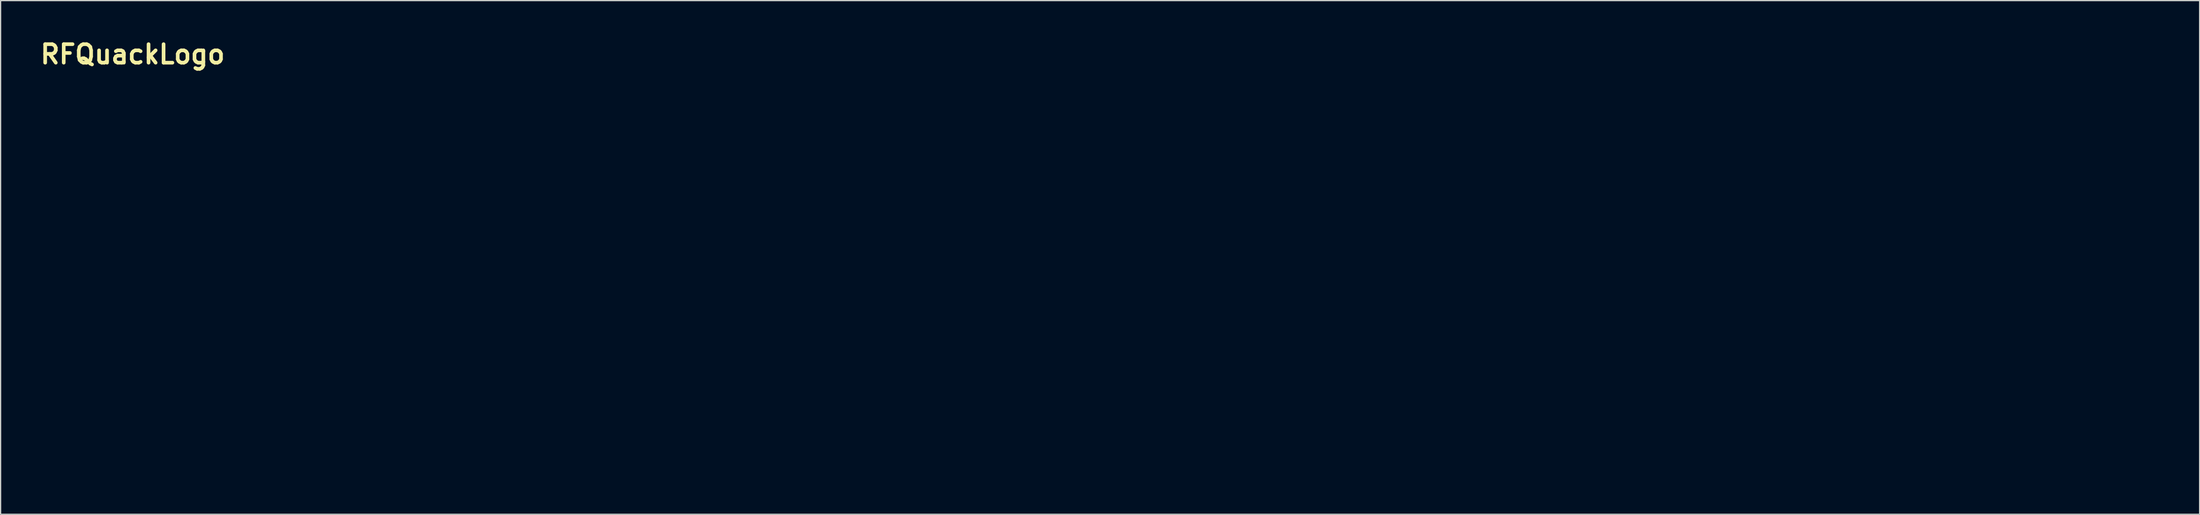
<source format=kicad_pcb>
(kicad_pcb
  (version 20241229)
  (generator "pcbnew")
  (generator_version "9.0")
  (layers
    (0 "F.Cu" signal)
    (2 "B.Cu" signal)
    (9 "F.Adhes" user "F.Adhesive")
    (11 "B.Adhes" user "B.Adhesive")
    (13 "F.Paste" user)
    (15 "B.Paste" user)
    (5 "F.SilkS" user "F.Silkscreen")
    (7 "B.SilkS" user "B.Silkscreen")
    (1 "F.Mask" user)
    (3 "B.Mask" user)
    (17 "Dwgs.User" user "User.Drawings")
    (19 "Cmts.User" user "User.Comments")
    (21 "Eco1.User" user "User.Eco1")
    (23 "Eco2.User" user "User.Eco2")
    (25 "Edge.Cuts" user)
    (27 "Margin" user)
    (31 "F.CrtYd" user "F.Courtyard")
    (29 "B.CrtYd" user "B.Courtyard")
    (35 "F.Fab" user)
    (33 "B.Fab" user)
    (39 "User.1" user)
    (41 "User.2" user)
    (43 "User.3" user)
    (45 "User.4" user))
  (footprint "RFQuackLogo"
    (layer "F.Cu")
    (at 90.345 20.418)
    (property "Reference" "RFQuackLogo" (at -82.5 -19 0) (layer "F.SilkS") (effects (font (size 1.524 1.524) (thickness 0.3))))
    (attr through_hole)
    (fp_poly (pts (xy -36.745 -9.61) (xy -36.788 -9.567) (xy -36.83 -9.61) (xy -36.788 -9.652) (xy -36.745 -9.61)) (stroke (width 0.01) (type solid)) (fill no) (layer "Eco2.User"))
    (fp_poly (pts (xy -30.057 -14.69) (xy -30.099 -14.647) (xy -30.141 -14.69) (xy -30.099 -14.732) (xy -30.057 -14.69)) (stroke (width 0.01) (type solid)) (fill no) (layer "Eco2.User"))
    (fp_poly (pts (xy -11.612 -9.702) (xy -11.522 -9.624) (xy -11.515 -9.605) (xy -11.555 -9.57) (xy -11.639 -9.648) (xy -11.65 -9.665) (xy -11.66 -9.723) (xy -11.612 -9.702)) (stroke (width 0.01) (type solid)) (fill no) (layer "Eco2.User"))
    (fp_poly (pts (xy -36.518 -9.936) (xy -36.534 -9.906) (xy -36.613 -9.825) (xy -36.628 -9.821) (xy -36.634 -9.876) (xy -36.618 -9.906) (xy -36.539 -9.987) (xy -36.524 -9.991) (xy -36.518 -9.936)) (stroke (width 0.01) (type solid)) (fill no) (layer "Eco2.User"))
    (fp_poly (pts (xy -41.233 -10.583) (xy -53.171 -10.583) (xy -53.171 -1.947) (xy -43.095 -1.947) (xy -43.095 2.709) (xy -53.171 2.709) (xy -53.171 14.986) (xy -58.589 14.986) (xy -58.589 -15.24) (xy -41.233 -15.24) (xy -41.233 -10.583)) (stroke (width 0.01) (type solid)) (fill no) (layer "Eco2.User"))
    (fp_poly (pts (xy -17.576 -5.55) (xy -17.4 -5.483) (xy -17.208 -5.386) (xy -17.061 -5.289) (xy -17.018 -5.234) (xy -17.022 -5.185) (xy -17.058 -5.18) (xy -17.167 -5.229) (xy -17.386 -5.344) (xy -17.574 -5.455) (xy -17.669 -5.537) (xy -17.671 -5.555) (xy -17.576 -5.55)) (stroke (width 0.01) (type solid)) (fill no) (layer "Eco2.User"))
    (fp_poly (pts (xy -22.85 -6.597) (xy -22.806 -6.558) (xy -22.88 -6.46) (xy -22.889 -6.449) (xy -23.021 -6.195) (xy -23.009 -5.922) (xy -22.865 -5.676) (xy -22.618 -5.508) (xy -22.407 -5.45) (xy -22.213 -5.491) (xy -22.107 -5.541) (xy -21.844 -5.677) (xy -21.844 -5.442) (xy -21.922 -5.069) (xy -22.13 -4.755) (xy -22.432 -4.519) (xy -22.796 -4.384) (xy -23.183 -4.372) (xy -23.453 -4.449) (xy -23.802 -4.684) (xy -24.022 -5.026) (xy -24.036 -5.09) (xy -23.596 -5.09) (xy -23.488 -4.937) (xy -23.346 -4.848) (xy -23.283 -4.826) (xy -23.181 -4.87) (xy -23.079 -4.937) (xy -22.966 -5.105) (xy -22.993 -5.3) (xy -23.135 -5.451) (xy -23.324 -5.496) (xy -23.485 -5.418) (xy -23.587 -5.267) (xy -23.596 -5.09) (xy -24.036 -5.09) (xy -24.109 -5.41) (xy -24.072 -5.829) (xy -23.896 -6.183) (xy -23.607 -6.445) (xy -23.229 -6.586) (xy -23.037 -6.603) (xy -22.85 -6.597)) (stroke (width 0.01) (type solid)) (fill no) (layer "Eco2.User"))
    (fp_poly (pts (xy -23.381 -15.694) (xy -22.753 -15.676) (xy -22.198 -15.648) (xy -21.749 -15.61) (xy -21.463 -15.568) (xy -21.154 -15.499) (xy -20.972 -15.423) (xy -20.904 -15.308) (xy -20.936 -15.119) (xy -21.056 -14.823) (xy -21.125 -14.671) (xy -21.424 -14.172) (xy -21.839 -13.704) (xy -22.331 -13.303) (xy -22.857 -12.999) (xy -23.368 -12.83) (xy -23.613 -12.778) (xy -23.804 -12.733) (xy -23.812 -12.73) (xy -23.893 -12.727) (xy -23.938 -12.798) (xy -23.956 -12.976) (xy -23.958 -13.223) (xy -23.933 -13.6) (xy -23.866 -13.861) (xy -23.831 -13.923) (xy -23.732 -14.108) (xy -23.707 -14.227) (xy -23.78 -14.414) (xy -23.956 -14.572) (xy -24.172 -14.647) (xy -24.194 -14.647) (xy -24.417 -14.579) (xy -24.572 -14.41) (xy -24.637 -14.192) (xy -24.59 -13.98) (xy -24.511 -13.885) (xy -24.43 -13.74) (xy -24.39 -13.463) (xy -24.384 -13.24) (xy -24.393 -12.964) (xy -24.417 -12.773) (xy -24.448 -12.709) (xy -24.564 -12.73) (xy -24.779 -12.772) (xy -24.871 -12.79) (xy -25.456 -12.98) (xy -26.026 -13.301) (xy -26.541 -13.722) (xy -26.96 -14.209) (xy -27.206 -14.638) (xy -27.367 -15.006) (xy -27.455 -15.248) (xy -27.455 -15.395) (xy -27.356 -15.48) (xy -27.144 -15.535) (xy -26.82 -15.589) (xy -26.452 -15.633) (xy -25.958 -15.666) (xy -25.37 -15.688) (xy -24.723 -15.7) (xy -24.049 -15.702) (xy -23.381 -15.694)) (stroke (width 0.01) (type solid)) (fill no) (layer "Eco2.User"))
    (fp_poly (pts (xy -22.345 -7.796) (xy -21.778 -7.579) (xy -21.302 -7.234) (xy -20.934 -6.778) (xy -20.69 -6.224) (xy -20.594 -5.698) (xy -20.603 -5.096) (xy -20.744 -4.569) (xy -21.03 -4.069) (xy -21.071 -4.015) (xy -21.487 -3.596) (xy -21.996 -3.292) (xy -22.562 -3.115) (xy -23.149 -3.076) (xy -23.72 -3.184) (xy -23.751 -3.195) (xy -24.288 -3.443) (xy -24.703 -3.77) (xy -24.963 -4.091) (xy -25.216 -4.53) (xy -25.353 -4.965) (xy -25.393 -5.411) (xy -25.301 -5.411) (xy -25.221 -4.866) (xy -25.008 -4.352) (xy -24.664 -3.894) (xy -24.188 -3.519) (xy -24.159 -3.501) (xy -23.879 -3.355) (xy -23.608 -3.241) (xy -23.509 -3.209) (xy -23.076 -3.164) (xy -22.586 -3.216) (xy -22.111 -3.354) (xy -21.905 -3.45) (xy -21.418 -3.801) (xy -21.051 -4.24) (xy -20.807 -4.742) (xy -20.689 -5.28) (xy -20.697 -5.827) (xy -20.836 -6.357) (xy -21.106 -6.843) (xy -21.51 -7.26) (xy -21.585 -7.317) (xy -22.025 -7.587) (xy -22.457 -7.736) (xy -22.945 -7.779) (xy -23.22 -7.768) (xy -23.569 -7.731) (xy -23.828 -7.661) (xy -24.076 -7.531) (xy -24.279 -7.394) (xy -24.738 -6.978) (xy -25.06 -6.492) (xy -25.248 -5.961) (xy -25.301 -5.411) (xy -25.393 -5.411) (xy -25.399 -5.47) (xy -25.399 -5.537) (xy -25.32 -6.148) (xy -25.096 -6.693) (xy -24.747 -7.156) (xy -24.29 -7.518) (xy -23.744 -7.761) (xy -23.127 -7.869) (xy -22.987 -7.872) (xy -22.345 -7.796)) (stroke (width 0.01) (type solid)) (fill no) (layer "Eco2.User"))
    (fp_poly (pts (xy 12.579 -6.689) (xy 15.24 -6.689) (xy 15.24 14.986) (xy 10.051 14.986) (xy 10.094 12.996) (xy 10.104 12.436) (xy 10.108 11.937) (xy 10.108 11.523) (xy 10.102 11.216) (xy 10.092 11.04) (xy 10.083 11.007) (xy 10.014 11.074) (xy 9.905 11.244) (xy 9.862 11.323) (xy 9.734 11.535) (xy 9.537 11.83) (xy 9.307 12.154) (xy 9.217 12.275) (xy 8.512 13.08) (xy 7.678 13.796) (xy 6.737 14.407) (xy 5.715 14.899) (xy 4.815 15.207) (xy 4.484 15.294) (xy 4.18 15.357) (xy 3.86 15.401) (xy 3.484 15.43) (xy 3.01 15.45) (xy 2.582 15.46) (xy 1.998 15.469) (xy 1.541 15.466) (xy 1.17 15.447) (xy 0.843 15.411) (xy 0.517 15.355) (xy 0.357 15.322) (xy -0.484 15.107) (xy -1.202 14.847) (xy -1.837 14.526) (xy -2.118 14.35) (xy -2.882 13.742) (xy -3.528 13.014) (xy -4.054 12.167) (xy -4.458 11.207) (xy -4.489 11.112) (xy -4.577 10.841) (xy -4.654 10.596) (xy -4.721 10.366) (xy -4.78 10.138) (xy -4.831 9.902) (xy -4.875 9.645) (xy -4.912 9.356) (xy -4.942 9.022) (xy -4.967 8.633) (xy -4.988 8.177) (xy -5.004 7.642) (xy -5.017 7.015) (xy -5.027 6.287) (xy -5.034 5.444) (xy -5.041 4.475) (xy -5.046 3.369) (xy -5.052 2.113) (xy -5.056 1.122) (xy -5.089 -6.689) (xy 0.339 -6.689) (xy 0.34 0.36) (xy 0.341 1.679) (xy 0.341 2.841) (xy 0.344 3.857) (xy 0.348 4.738) (xy 0.355 5.496) (xy 0.365 6.142) (xy 0.38 6.689) (xy 0.399 7.148) (xy 0.424 7.529) (xy 0.455 7.846) (xy 0.493 8.109) (xy 0.538 8.33) (xy 0.591 8.521) (xy 0.654 8.693) (xy 0.726 8.858) (xy 0.809 9.027) (xy 0.866 9.141) (xy 1.202 9.665) (xy 1.624 10.069) (xy 2.145 10.357) (xy 2.776 10.536) (xy 3.531 10.613) (xy 3.852 10.616) (xy 4.799 10.541) (xy 5.66 10.329) (xy 6.454 9.972) (xy 7.199 9.462) (xy 7.875 8.831) (xy 8.521 8.03) (xy 9.045 7.117) (xy 9.449 6.088) (xy 9.624 5.461) (xy 9.85 4.53) (xy 9.918 -6.689) (xy 12.579 -6.689)) (stroke (width 0.01) (type solid)) (fill no) (layer "Eco2.User"))
    (fp_poly (pts (xy 69.532 -7.133) (xy 69.554 0.974) (xy 70.855 0.997) (xy 71.436 1.002) (xy 71.858 0.992) (xy 72.133 0.966) (xy 72.27 0.925) (xy 72.275 0.921) (xy 72.346 0.833) (xy 72.501 0.619) (xy 72.733 0.292) (xy 73.03 -0.133) (xy 73.383 -0.642) (xy 73.783 -1.222) (xy 74.22 -1.859) (xy 74.685 -2.538) (xy 74.738 -2.616) (xy 75.209 -3.308) (xy 75.658 -3.966) (xy 76.073 -4.575) (xy 76.445 -5.121) (xy 76.763 -5.587) (xy 77.018 -5.96) (xy 77.198 -6.224) (xy 77.293 -6.364) (xy 77.296 -6.368) (xy 77.512 -6.682) (xy 80.454 -6.685) (xy 81.141 -6.685) (xy 81.771 -6.682) (xy 82.325 -6.677) (xy 82.783 -6.67) (xy 83.127 -6.661) (xy 83.338 -6.651) (xy 83.397 -6.642) (xy 83.349 -6.565) (xy 83.214 -6.365) (xy 83.001 -6.056) (xy 82.721 -5.652) (xy 82.383 -5.169) (xy 81.998 -4.62) (xy 81.576 -4.021) (xy 81.35 -3.7) (xy 80.56 -2.583) (xy 79.864 -1.597) (xy 79.253 -0.732) (xy 78.724 0.019) (xy 78.27 0.664) (xy 77.887 1.211) (xy 77.567 1.669) (xy 77.306 2.046) (xy 77.099 2.349) (xy 76.938 2.587) (xy 76.82 2.768) (xy 76.738 2.9) (xy 76.686 2.991) (xy 76.66 3.049) (xy 76.653 3.082) (xy 76.654 3.092) (xy 76.704 3.174) (xy 76.838 3.386) (xy 77.047 3.715) (xy 77.323 4.146) (xy 77.658 4.669) (xy 78.044 5.268) (xy 78.471 5.933) (xy 78.932 6.649) (xy 79.419 7.404) (xy 79.922 8.185) (xy 80.435 8.979) (xy 80.948 9.773) (xy 81.452 10.555) (xy 81.941 11.31) (xy 82.405 12.027) (xy 82.836 12.693) (xy 83.226 13.294) (xy 83.567 13.818) (xy 83.849 14.252) (xy 84.065 14.582) (xy 84.207 14.797) (xy 84.265 14.881) (xy 84.258 14.91) (xy 84.178 14.932) (xy 84.012 14.949) (xy 83.747 14.961) (xy 83.368 14.969) (xy 82.863 14.972) (xy 82.219 14.971) (xy 81.421 14.967) (xy 81.243 14.966) (xy 78.135 14.944) (xy 76.191 11.726) (xy 75.744 10.986) (xy 75.288 10.232) (xy 74.839 9.489) (xy 74.411 8.781) (xy 74.021 8.134) (xy 73.682 7.574) (xy 73.411 7.125) (xy 73.339 7.006) (xy 72.432 5.503) (xy 70.972 5.503) (xy 69.511 5.503) (xy 69.511 14.986) (xy 64.177 14.986) (xy 64.177 -15.24) (xy 69.51 -15.24) (xy 69.532 -7.133)) (stroke (width 0.01) (type solid)) (fill no) (layer "Eco2.User"))
    (fp_poly (pts (xy 53.801 -7.115) (xy 55.013 -6.932) (xy 56.148 -6.656) (xy 56.464 -6.556) (xy 57.248 -6.256) (xy 58.037 -5.885) (xy 58.794 -5.465) (xy 59.484 -5.016) (xy 60.069 -4.56) (xy 60.387 -4.258) (xy 60.619 -4.015) (xy 60.344 -3.595) (xy 60.208 -3.385) (xy 60.002 -3.064) (xy 59.747 -2.667) (xy 59.465 -2.225) (xy 59.233 -1.863) (xy 58.964 -1.441) (xy 58.723 -1.068) (xy 58.528 -0.767) (xy 58.392 -0.563) (xy 58.334 -0.48) (xy 58.244 -0.498) (xy 58.052 -0.602) (xy 57.789 -0.775) (xy 57.562 -0.937) (xy 56.857 -1.406) (xy 56.074 -1.832) (xy 55.27 -2.186) (xy 54.504 -2.439) (xy 54.398 -2.466) (xy 53.71 -2.59) (xy 52.946 -2.652) (xy 52.163 -2.653) (xy 51.42 -2.592) (xy 50.776 -2.469) (xy 50.766 -2.467) (xy 49.774 -2.115) (xy 48.873 -1.625) (xy 48.073 -1.005) (xy 47.381 -0.264) (xy 46.807 0.589) (xy 46.36 1.546) (xy 46.133 2.248) (xy 46.026 2.789) (xy 45.961 3.432) (xy 45.937 4.12) (xy 45.955 4.798) (xy 46.017 5.411) (xy 46.093 5.8) (xy 46.282 6.385) (xy 46.551 7.027) (xy 46.87 7.661) (xy 47.207 8.222) (xy 47.364 8.444) (xy 47.976 9.122) (xy 48.716 9.724) (xy 49.55 10.23) (xy 50.447 10.618) (xy 50.927 10.765) (xy 51.61 10.894) (xy 52.389 10.954) (xy 53.205 10.946) (xy 53.999 10.87) (xy 54.695 10.732) (xy 55.722 10.39) (xy 56.751 9.919) (xy 57.728 9.347) (xy 58.6 8.702) (xy 58.684 8.631) (xy 59.16 8.22) (xy 59.624 9.084) (xy 59.854 9.51) (xy 60.128 10.019) (xy 60.413 10.545) (xy 60.656 10.992) (xy 61.222 12.036) (xy 60.826 12.389) (xy 59.964 13.075) (xy 58.986 13.712) (xy 57.947 14.27) (xy 56.899 14.718) (xy 56.492 14.86) (xy 55.855 15.053) (xy 55.28 15.2) (xy 54.722 15.306) (xy 54.138 15.378) (xy 53.482 15.424) (xy 52.711 15.448) (xy 52.536 15.452) (xy 52 15.458) (xy 51.508 15.46) (xy 51.09 15.458) (xy 50.777 15.452) (xy 50.598 15.442) (xy 50.588 15.441) (xy 49.151 15.165) (xy 47.838 14.783) (xy 46.637 14.29) (xy 45.535 13.68) (xy 44.52 12.946) (xy 43.716 12.222) (xy 42.841 11.237) (xy 42.096 10.152) (xy 41.486 8.98) (xy 41.016 7.735) (xy 40.692 6.431) (xy 40.519 5.082) (xy 40.501 3.701) (xy 40.504 3.641) (xy 40.606 2.465) (xy 40.798 1.389) (xy 41.092 0.363) (xy 41.501 -0.664) (xy 41.608 -0.896) (xy 42.249 -2.062) (xy 43.021 -3.125) (xy 43.915 -4.08) (xy 44.925 -4.92) (xy 46.042 -5.64) (xy 47.258 -6.234) (xy 48.566 -6.698) (xy 49.957 -7.024) (xy 50.207 -7.067) (xy 51.346 -7.187) (xy 52.561 -7.201) (xy 53.801 -7.115)) (stroke (width 0.01) (type solid)) (fill no) (layer "Eco2.User"))
    (fp_poly (pts (xy -77.872 -15.218) (xy -76.607 -15.212) (xy -75.499 -15.205) (xy -74.534 -15.197) (xy -73.7 -15.188) (xy -72.983 -15.176) (xy -72.371 -15.161) (xy -71.85 -15.143) (xy -71.408 -15.119) (xy -71.032 -15.091) (xy -70.709 -15.056) (xy -70.426 -15.014) (xy -70.169 -14.965) (xy -69.927 -14.908) (xy -69.686 -14.842) (xy -69.433 -14.766) (xy -69.337 -14.737) (xy -68.358 -14.35) (xy -67.413 -13.817) (xy -66.533 -13.163) (xy -65.751 -12.41) (xy -65.109 -11.599) (xy -64.565 -10.655) (xy -64.135 -9.608) (xy -63.824 -8.483) (xy -63.636 -7.307) (xy -63.579 -6.106) (xy -63.655 -4.907) (xy -63.71 -4.525) (xy -63.98 -3.33) (xy -64.386 -2.209) (xy -64.92 -1.174) (xy -65.574 -0.236) (xy -66.339 0.591) (xy -67.206 1.297) (xy -68.135 1.853) (xy -68.397 1.989) (xy -68.586 2.098) (xy -68.664 2.156) (xy -68.665 2.158) (xy -68.62 2.24) (xy -68.502 2.428) (xy -68.331 2.688) (xy -68.247 2.813) (xy -68.101 3.041) (xy -67.889 3.395) (xy -67.623 3.849) (xy -67.318 4.38) (xy -66.988 4.965) (xy -66.646 5.578) (xy -66.499 5.842) (xy -66.075 6.612) (xy -65.715 7.266) (xy -65.4 7.838) (xy -65.112 8.361) (xy -64.834 8.867) (xy -64.546 9.39) (xy -64.23 9.963) (xy -63.87 10.619) (xy -63.785 10.774) (xy -63.536 11.226) (xy -63.248 11.749) (xy -62.963 12.268) (xy -62.795 12.573) (xy -62.549 13.021) (xy -62.285 13.502) (xy -62.039 13.95) (xy -61.889 14.224) (xy -61.496 14.944) (xy -64.509 14.967) (xy -65.339 14.972) (xy -66.013 14.974) (xy -66.547 14.971) (xy -66.953 14.963) (xy -67.247 14.95) (xy -67.441 14.931) (xy -67.551 14.907) (xy -67.588 14.882) (xy -67.64 14.788) (xy -67.764 14.559) (xy -67.95 14.21) (xy -68.192 13.758) (xy -68.48 13.217) (xy -68.807 12.603) (xy -69.165 11.93) (xy -69.52 11.261) (xy -69.947 10.456) (xy -70.392 9.62) (xy -70.839 8.78) (xy -71.272 7.965) (xy -71.678 7.202) (xy -72.042 6.52) (xy -72.347 5.947) (xy -72.459 5.737) (xy -73.533 3.727) (xy -78.909 3.725) (xy -78.909 14.986) (xy -84.328 14.986) (xy -84.328 -10.583) (xy -78.909 -10.583) (xy -78.909 -1.001) (xy -75.84 -1.036) (xy -75.015 -1.047) (xy -74.34 -1.058) (xy -73.797 -1.07) (xy -73.368 -1.085) (xy -73.034 -1.104) (xy -72.776 -1.127) (xy -72.576 -1.155) (xy -72.414 -1.191) (xy -72.305 -1.222) (xy -71.482 -1.551) (xy -70.799 -1.965) (xy -70.239 -2.478) (xy -69.789 -3.102) (xy -69.434 -3.852) (xy -69.411 -3.912) (xy -69.291 -4.26) (xy -69.211 -4.57) (xy -69.159 -4.899) (xy -69.127 -5.304) (xy -69.112 -5.63) (xy -69.13 -6.625) (xy -69.269 -7.503) (xy -69.529 -8.264) (xy -69.912 -8.912) (xy -70.42 -9.449) (xy -71.054 -9.877) (xy -71.662 -10.147) (xy -71.996 -10.261) (xy -72.32 -10.354) (xy -72.656 -10.427) (xy -73.027 -10.483) (xy -73.454 -10.525) (xy -73.96 -10.553) (xy -74.567 -10.571) (xy -75.297 -10.581) (xy -76.173 -10.583) (xy -76.237 -10.583) (xy -78.909 -10.583) (xy -84.328 -10.583) (xy -84.328 -15.25) (xy -77.872 -15.218)) (stroke (width 0.01) (type solid)) (fill no) (layer "Eco2.User"))
    (fp_poly (pts (xy 28.828 -7.149) (xy 29.365 -7.14) (xy 29.794 -7.122) (xy 30.144 -7.094) (xy 30.447 -7.052) (xy 30.717 -7) (xy 31.932 -6.664) (xy 33.018 -6.22) (xy 33.977 -5.665) (xy 34.811 -4.997) (xy 35.523 -4.213) (xy 36.114 -3.312) (xy 36.587 -2.29) (xy 36.944 -1.146) (xy 37.057 -0.644) (xy 37.082 -0.506) (xy 37.103 -0.342) (xy 37.123 -0.141) (xy 37.139 0.108) (xy 37.154 0.416) (xy 37.167 0.795) (xy 37.178 1.255) (xy 37.188 1.807) (xy 37.197 2.464) (xy 37.204 3.235) (xy 37.211 4.133) (xy 37.218 5.168) (xy 37.224 6.351) (xy 37.229 7.514) (xy 37.263 14.986) (xy 32.343 14.986) (xy 32.343 13.335) (xy 32.338 12.722) (xy 32.326 12.242) (xy 32.306 11.904) (xy 32.279 11.718) (xy 32.258 11.684) (xy 32.177 11.75) (xy 32.173 11.778) (xy 32.12 11.932) (xy 31.976 12.176) (xy 31.765 12.48) (xy 31.512 12.811) (xy 31.241 13.135) (xy 30.977 13.422) (xy 30.871 13.525) (xy 30.009 14.219) (xy 29.063 14.766) (xy 28.032 15.168) (xy 27.192 15.375) (xy 26.887 15.416) (xy 26.475 15.449) (xy 26.001 15.472) (xy 25.509 15.484) (xy 25.044 15.484) (xy 24.651 15.472) (xy 24.374 15.446) (xy 24.342 15.44) (xy 23.369 15.213) (xy 22.536 14.951) (xy 21.813 14.64) (xy 21.17 14.265) (xy 20.579 13.812) (xy 20.01 13.265) (xy 20.002 13.257) (xy 19.408 12.547) (xy 18.954 11.81) (xy 18.629 11.016) (xy 18.42 10.139) (xy 18.316 9.148) (xy 18.315 9.142) (xy 18.327 8.467) (xy 23.679 8.467) (xy 23.75 9.157) (xy 23.966 9.77) (xy 24.314 10.297) (xy 24.786 10.727) (xy 25.368 11.051) (xy 26.049 11.258) (xy 26.82 11.338) (xy 26.882 11.339) (xy 27.265 11.328) (xy 27.638 11.299) (xy 27.924 11.257) (xy 27.94 11.253) (xy 28.668 11.002) (xy 29.357 10.603) (xy 29.994 10.077) (xy 30.565 9.443) (xy 31.053 8.722) (xy 31.447 7.934) (xy 31.73 7.099) (xy 31.888 6.237) (xy 31.918 5.694) (xy 31.919 5.08) (xy 30.544 5.082) (xy 29.237 5.122) (xy 28.061 5.238) (xy 27.016 5.429) (xy 26.107 5.693) (xy 25.337 6.029) (xy 24.71 6.434) (xy 24.228 6.907) (xy 23.895 7.446) (xy 23.713 8.05) (xy 23.679 8.467) (xy 18.327 8.467) (xy 18.333 8.077) (xy 18.502 7.089) (xy 18.821 6.178) (xy 19.291 5.345) (xy 19.912 4.588) (xy 20.683 3.91) (xy 21.605 3.308) (xy 22.056 3.069) (xy 23.172 2.588) (xy 24.425 2.188) (xy 25.8 1.87) (xy 27.283 1.638) (xy 28.86 1.494) (xy 30.517 1.44) (xy 30.628 1.44) (xy 31.919 1.439) (xy 31.919 1.079) (xy 31.877 0.495) (xy 31.765 -0.118) (xy 31.599 -0.678) (xy 31.523 -0.865) (xy 31.285 -1.267) (xy 30.947 -1.679) (xy 30.559 -2.045) (xy 30.175 -2.311) (xy 30.153 -2.322) (xy 29.619 -2.532) (xy 28.965 -2.682) (xy 28.231 -2.769) (xy 27.458 -2.789) (xy 26.684 -2.74) (xy 26.166 -2.663) (xy 25.453 -2.49) (xy 24.671 -2.236) (xy 23.873 -1.923) (xy 23.111 -1.572) (xy 22.437 -1.205) (xy 22.125 -1.005) (xy 21.916 -0.866) (xy 21.769 -0.778) (xy 21.731 -0.762) (xy 21.683 -0.833) (xy 21.57 -1.03) (xy 21.405 -1.329) (xy 21.201 -1.705) (xy 20.972 -2.133) (xy 20.73 -2.59) (xy 20.487 -3.05) (xy 20.258 -3.49) (xy 20.054 -3.884) (xy 19.89 -4.208) (xy 19.777 -4.438) (xy 19.728 -4.549) (xy 19.727 -4.554) (xy 19.791 -4.641) (xy 19.918 -4.737) (xy 20.992 -5.377) (xy 22.024 -5.897) (xy 23.066 -6.319) (xy 24.17 -6.664) (xy 25.231 -6.921) (xy 25.601 -6.997) (xy 25.924 -7.055) (xy 26.234 -7.096) (xy 26.569 -7.123) (xy 26.962 -7.139) (xy 27.449 -7.148) (xy 28.066 -7.151) (xy 28.152 -7.151) (xy 28.828 -7.149)) (stroke (width 0.01) (type solid)) (fill no) (layer "Eco2.User"))
    (fp_poly (pts (xy -27.698 -15.339) (xy -27.686 -15.261) (xy -27.637 -15.04) (xy -27.505 -14.732) (xy -27.315 -14.379) (xy -27.091 -14.026) (xy -26.858 -13.716) (xy -26.805 -13.656) (xy -26.405 -13.295) (xy -25.911 -12.973) (xy -25.383 -12.723) (xy -24.88 -12.576) (xy -24.8 -12.564) (xy -24.384 -12.509) (xy -24.384 -11.715) (xy -24.382 -11.346) (xy -24.372 -11.114) (xy -24.345 -10.987) (xy -24.291 -10.934) (xy -24.204 -10.922) (xy -24.172 -10.922) (xy -24.074 -10.928) (xy -24.012 -10.966) (xy -23.978 -11.069) (xy -23.964 -11.269) (xy -23.961 -11.597) (xy -23.961 -11.715) (xy -23.961 -12.509) (xy -23.558 -12.563) (xy -23.065 -12.687) (xy -22.535 -12.916) (xy -22.034 -13.22) (xy -21.857 -13.355) (xy -21.506 -13.705) (xy -21.175 -14.147) (xy -20.904 -14.617) (xy -20.746 -15.02) (xy -20.701 -15.184) (xy -20.657 -15.293) (xy -20.586 -15.349) (xy -20.459 -15.356) (xy -20.249 -15.314) (xy -19.928 -15.225) (xy -19.516 -15.106) (xy -19.043 -14.965) (xy -18.668 -14.843) (xy -18.408 -14.746) (xy -18.278 -14.681) (xy -18.294 -14.654) (xy -18.3 -14.653) (xy -18.422 -14.575) (xy -18.497 -14.416) (xy -18.614 -14.074) (xy -18.806 -13.65) (xy -19.043 -13.198) (xy -19.298 -12.771) (xy -19.497 -12.484) (xy -20.085 -11.838) (xy -20.813 -11.26) (xy -21.381 -10.912) (xy -21.674 -10.737) (xy -21.81 -10.616) (xy -21.789 -10.54) (xy -21.612 -10.504) (xy -21.427 -10.499) (xy -21.207 -10.557) (xy -20.902 -10.719) (xy -20.542 -10.961) (xy -20.158 -11.264) (xy -19.778 -11.604) (xy -19.491 -11.897) (xy -19.237 -12.209) (xy -18.967 -12.601) (xy -18.702 -13.035) (xy -18.462 -13.474) (xy -18.268 -13.881) (xy -18.141 -14.218) (xy -18.101 -14.403) (xy -18.082 -14.543) (xy -18.021 -14.582) (xy -17.872 -14.535) (xy -17.784 -14.499) (xy -17.45 -14.35) (xy -17.061 -14.16) (xy -16.644 -13.944) (xy -16.227 -13.719) (xy -15.836 -13.498) (xy -15.499 -13.298) (xy -15.243 -13.134) (xy -15.096 -13.02) (xy -15.071 -12.984) (xy -15.125 -12.979) (xy -15.148 -12.992) (xy -15.213 -12.94) (xy -15.33 -12.761) (xy -15.484 -12.484) (xy -15.656 -12.141) (xy -16.109 -11.279) (xy -16.603 -10.525) (xy -17.178 -9.819) (xy -17.46 -9.516) (xy -17.725 -9.234) (xy -17.884 -9.044) (xy -17.952 -8.922) (xy -17.944 -8.844) (xy -17.915 -8.812) (xy -17.789 -8.757) (xy -17.631 -8.816) (xy -17.584 -8.845) (xy -17.389 -9.009) (xy -17.121 -9.285) (xy -16.806 -9.645) (xy -16.467 -10.061) (xy -16.135 -10.497) (xy -15.932 -10.8) (xy -15.709 -11.172) (xy -15.486 -11.576) (xy -15.281 -11.977) (xy -15.113 -12.338) (xy -15.001 -12.622) (xy -14.964 -12.773) (xy -14.921 -12.888) (xy -14.862 -12.88) (xy -14.398 -12.515) (xy -13.882 -12.076) (xy -13.372 -11.614) (xy -12.929 -11.183) (xy -12.867 -11.12) (xy -12.571 -10.808) (xy -12.301 -10.517) (xy -12.074 -10.266) (xy -11.906 -10.074) (xy -11.814 -9.96) (xy -11.815 -9.941) (xy -11.848 -9.968) (xy -11.921 -9.997) (xy -12.004 -9.941) (xy -12.119 -9.779) (xy -12.284 -9.488) (xy -12.3 -9.46) (xy -12.941 -8.423) (xy -13.738 -7.387) (xy -14.368 -6.688) (xy -15.147 -5.873) (xy -14.983 -5.603) (xy -14.863 -5.428) (xy -14.776 -5.337) (xy -14.765 -5.334) (xy -14.658 -5.394) (xy -14.461 -5.558) (xy -14.198 -5.805) (xy -13.891 -6.112) (xy -13.564 -6.458) (xy -13.436 -6.599) (xy -13.038 -7.07) (xy -12.62 -7.613) (xy -12.22 -8.175) (xy -11.873 -8.709) (xy -11.65 -9.094) (xy -11.436 -9.497) (xy -10.973 -8.78) (xy -10.181 -7.399) (xy -9.546 -5.953) (xy -9.067 -4.443) (xy -8.744 -2.869) (xy -8.579 -1.231) (xy -8.555 -0.296) (xy -8.632 1.307) (xy -8.867 2.858) (xy -9.261 4.363) (xy -9.816 5.832) (xy -10.537 7.272) (xy -11.22 8.389) (xy -11.474 8.777) (xy -11.645 9.049) (xy -11.743 9.23) (xy -11.778 9.346) (xy -11.763 9.42) (xy -11.709 9.479) (xy -11.704 9.483) (xy -11.6 9.573) (xy -11.389 9.76) (xy -11.091 10.026) (xy -10.725 10.353) (xy -10.311 10.725) (xy -10.008 10.998) (xy -9.523 11.436) (xy -9.153 11.778) (xy -8.884 12.035) (xy -8.704 12.223) (xy -8.598 12.355) (xy -8.556 12.444) (xy -8.562 12.506) (xy -8.572 12.522) (xy -8.659 12.624) (xy -8.84 12.828) (xy -9.094 13.114) (xy -9.401 13.458) (xy -9.742 13.838) (xy -10.097 14.232) (xy -10.444 14.618) (xy -10.765 14.972) (xy -11.039 15.274) (xy -11.246 15.499) (xy -11.344 15.604) (xy -11.569 15.841) (xy -13.262 14.192) (xy -14.956 12.544) (xy -15.5 12.924) (xy -16.425 13.505) (xy -17.458 14.043) (xy -18.54 14.509) (xy -19.611 14.875) (xy -19.854 14.943) (xy -20.469 15.102) (xy -21.013 15.224) (xy -21.527 15.314) (xy -22.047 15.378) (xy -22.614 15.418) (xy -23.264 15.44) (xy -24.037 15.448) (xy -24.215 15.449) (xy -24.885 15.448) (xy -25.418 15.441) (xy -25.847 15.427) (xy -26.204 15.404) (xy -26.522 15.369) (xy -26.833 15.32) (xy -27.155 15.259) (xy -28.783 14.854) (xy -30.304 14.32) (xy -31.724 13.653) (xy -33.047 12.851) (xy -34.28 11.91) (xy -35.428 10.828) (xy -35.454 10.8) (xy -36.526 9.56) (xy -37.448 8.241) (xy -38.219 6.847) (xy -38.838 5.38) (xy -39.304 3.843) (xy -39.616 2.238) (xy -39.773 0.569) (xy -39.788 -0.085) (xy -34.822 -0.085) (xy -34.738 1.266) (xy -34.493 2.562) (xy -34.091 3.801) (xy -33.531 4.976) (xy -32.817 6.086) (xy -31.949 7.124) (xy -31.772 7.308) (xy -30.813 8.189) (xy -29.813 8.915) (xy -28.745 9.502) (xy -27.587 9.963) (xy -26.719 10.216) (xy -25.647 10.432) (xy -24.589 10.526) (xy -23.498 10.499) (xy -22.352 10.357) (xy -21.073 10.063) (xy -19.864 9.616) (xy -18.723 9.015) (xy -17.646 8.258) (xy -16.631 7.345) (xy -16.436 7.143) (xy -15.567 6.113) (xy -14.851 5.008) (xy -14.283 3.824) (xy -13.86 2.554) (xy -13.841 2.48) (xy -13.768 2.155) (xy -13.698 1.766) (xy -13.634 1.346) (xy -13.581 0.927) (xy -13.542 0.541) (xy -13.521 0.223) (xy -13.521 0.003) (xy -13.547 -0.084) (xy -13.549 -0.085) (xy -13.619 -0.021) (xy -13.76 0.146) (xy -13.944 0.386) (xy -13.988 0.445) (xy -14.762 1.36) (xy -15.633 2.146) (xy -16.586 2.801) (xy -17.606 3.322) (xy -18.679 3.708) (xy -19.789 3.956) (xy -20.921 4.064) (xy -22.06 4.029) (xy -23.191 3.85) (xy -24.299 3.524) (xy -25.37 3.049) (xy -26.387 2.423) (xy -26.546 2.307) (xy -27.48 1.507) (xy -28.292 0.597) (xy -28.974 -0.409) (xy -29.515 -1.494) (xy -29.905 -2.645) (xy -29.978 -2.94) (xy -30.028 -3.211) (xy -30.073 -3.549) (xy -30.11 -3.916) (xy -30.137 -4.273) (xy -30.151 -4.583) (xy -30.148 -4.808) (xy -30.127 -4.909) (xy -30.122 -4.911) (xy -30.081 -4.836) (xy -30.058 -4.648) (xy -30.057 -4.578) (xy -30.016 -4.106) (xy -29.907 -3.554) (xy -29.744 -2.987) (xy -29.544 -2.472) (xy -29.516 -2.413) (xy -29.021 -1.554) (xy -28.42 -0.814) (xy -27.73 -0.197) (xy -26.966 0.295) (xy -26.146 0.66) (xy -25.285 0.893) (xy -24.399 0.994) (xy -23.505 0.959) (xy -22.619 0.786) (xy -21.757 0.471) (xy -20.936 0.013) (xy -20.171 -0.592) (xy -19.92 -0.838) (xy -19.326 -1.571) (xy -18.859 -2.396) (xy -18.622 -3.026) (xy -18.454 -3.026) (xy -18.397 -3.043) (xy -18.241 -3.147) (xy -18.02 -3.317) (xy -17.989 -3.343) (xy -17.7 -3.565) (xy -17.41 -3.764) (xy -17.205 -3.885) (xy -16.761 -4.073) (xy -16.273 -4.22) (xy -15.814 -4.305) (xy -15.6 -4.318) (xy -15.181 -4.364) (xy -14.9 -4.504) (xy -14.756 -4.74) (xy -14.733 -4.919) (xy -14.784 -5.142) (xy -14.951 -5.299) (xy -15.253 -5.402) (xy -15.591 -5.451) (xy -16.434 -5.612) (xy -17.206 -5.921) (xy -17.892 -6.371) (xy -18.14 -6.589) (xy -18.311 -6.748) (xy -18.408 -6.81) (xy -18.438 -6.757) (xy -18.411 -6.574) (xy -18.334 -6.244) (xy -18.329 -6.223) (xy -18.272 -5.899) (xy -18.229 -5.48) (xy -18.207 -5.043) (xy -18.206 -4.911) (xy -18.22 -4.483) (xy -18.257 -4.051) (xy -18.309 -3.688) (xy -18.329 -3.598) (xy -18.394 -3.321) (xy -18.439 -3.111) (xy -18.454 -3.026) (xy -18.622 -3.026) (xy -18.525 -3.285) (xy -18.332 -4.213) (xy -18.288 -5.154) (xy -18.4 -6.08) (xy -18.411 -6.134) (xy -18.699 -7.051) (xy -19.133 -7.905) (xy -19.695 -8.68) (xy -20.37 -9.358) (xy -21.14 -9.924) (xy -21.989 -10.359) (xy -22.86 -10.639) (xy -23.388 -10.721) (xy -24.028 -10.759) (xy -24.727 -10.753) (xy -25.435 -10.704) (xy -26.099 -10.612) (xy -26.241 -10.585) (xy -27.536 -10.238) (xy -28.754 -9.748) (xy -29.885 -9.125) (xy -30.921 -8.379) (xy -31.854 -7.52) (xy -32.676 -6.559) (xy -33.377 -5.507) (xy -33.949 -4.372) (xy -34.385 -3.167) (xy -34.676 -1.9) (xy -34.812 -0.583) (xy -34.822 -0.085) (xy -39.788 -0.085) (xy -39.793 -0.307) (xy -39.723 -1.932) (xy -39.512 -3.473) (xy -39.154 -4.948) (xy -38.646 -6.373) (xy -37.982 -7.764) (xy -37.447 -8.688) (xy -37.258 -8.981) (xy -37.094 -9.213) (xy -36.98 -9.351) (xy -36.95 -9.372) (xy -36.856 -9.326) (xy -36.755 -9.172) (xy -36.753 -9.167) (xy -36.567 -8.821) (xy -36.29 -8.386) (xy -35.945 -7.896) (xy -35.556 -7.379) (xy -35.149 -6.867) (xy -34.747 -6.391) (xy -34.374 -5.982) (xy -34.054 -5.671) (xy -33.925 -5.564) (xy -33.628 -5.337) (xy -33.448 -5.642) (xy -33.268 -5.946) (xy -34.015 -6.72) (xy -34.352 -7.081) (xy -34.69 -7.467) (xy -34.986 -7.825) (xy -35.17 -8.067) (xy -35.398 -8.398) (xy -35.639 -8.768) (xy -35.875 -9.147) (xy -36.088 -9.502) (xy -36.26 -9.805) (xy -36.372 -10.025) (xy -36.407 -10.125) (xy -36.348 -10.229) (xy -36.185 -10.423) (xy -35.942 -10.686) (xy -35.641 -10.995) (xy -35.305 -11.328) (xy -34.955 -11.663) (xy -34.615 -11.976) (xy -34.307 -12.246) (xy -34.121 -12.399) (xy -33.757 -12.684) (xy -33.509 -12.876) (xy -33.359 -12.987) (xy -33.291 -13.03) (xy -33.288 -13.014) (xy -33.331 -12.954) (xy -33.345 -12.936) (xy -33.387 -12.854) (xy -33.385 -12.74) (xy -33.332 -12.564) (xy -33.218 -12.298) (xy -33.039 -11.92) (xy -32.432 -10.825) (xy -31.705 -9.819) (xy -31.287 -9.335) (xy -31.024 -9.055) (xy -30.838 -8.891) (xy -30.699 -8.823) (xy -30.577 -8.837) (xy -30.485 -8.885) (xy -30.452 -8.946) (xy -30.497 -9.055) (xy -30.634 -9.234) (xy -30.875 -9.502) (xy -30.978 -9.611) (xy -31.517 -10.236) (xy -32.026 -10.934) (xy -32.467 -11.648) (xy -32.774 -12.255) (xy -32.908 -12.557) (xy -33.026 -12.811) (xy -33.102 -12.966) (xy -33.105 -12.971) (xy -33.121 -13.051) (xy -33.063 -13.144) (xy -32.909 -13.268) (xy -32.638 -13.444) (xy -32.48 -13.54) (xy -32.197 -13.703) (xy -31.849 -13.892) (xy -31.469 -14.089) (xy -31.09 -14.279) (xy -30.745 -14.445) (xy -30.468 -14.571) (xy -30.292 -14.639) (xy -30.255 -14.647) (xy -30.252 -14.593) (xy -30.266 -14.567) (xy -30.265 -14.438) (xy -30.198 -14.197) (xy -30.081 -13.88) (xy -29.928 -13.525) (xy -29.755 -13.166) (xy -29.577 -12.842) (xy -29.454 -12.648) (xy -29.165 -12.269) (xy -28.824 -11.882) (xy -28.454 -11.509) (xy -28.079 -11.168) (xy -27.721 -10.881) (xy -27.404 -10.666) (xy -27.151 -10.545) (xy -27 -10.531) (xy -26.752 -10.612) (xy -26.662 -10.674) (xy -26.728 -10.751) (xy -26.946 -10.873) (xy -26.967 -10.884) (xy -27.773 -11.407) (xy -28.489 -12.062) (xy -29.093 -12.826) (xy -29.382 -13.31) (xy -29.517 -13.584) (xy -29.655 -13.899) (xy -29.782 -14.217) (xy -29.883 -14.498) (xy -29.943 -14.701) (xy -29.947 -14.785) (xy -29.859 -14.819) (xy -29.644 -14.886) (xy -29.342 -14.976) (xy -28.988 -15.079) (xy -28.62 -15.184) (xy -28.277 -15.279) (xy -27.995 -15.355) (xy -27.811 -15.401) (xy -27.764 -15.409) (xy -27.698 -15.339)) (stroke (width 0.01) (type solid)) (fill no) (layer "Eco2.User")))
  (gr_rect
    (start -3 -3)
    (end 177.615 39.264)
    (stroke (width 0.1) (type default))
    (fill no)
    (layer "Edge.Cuts")))
</source>
